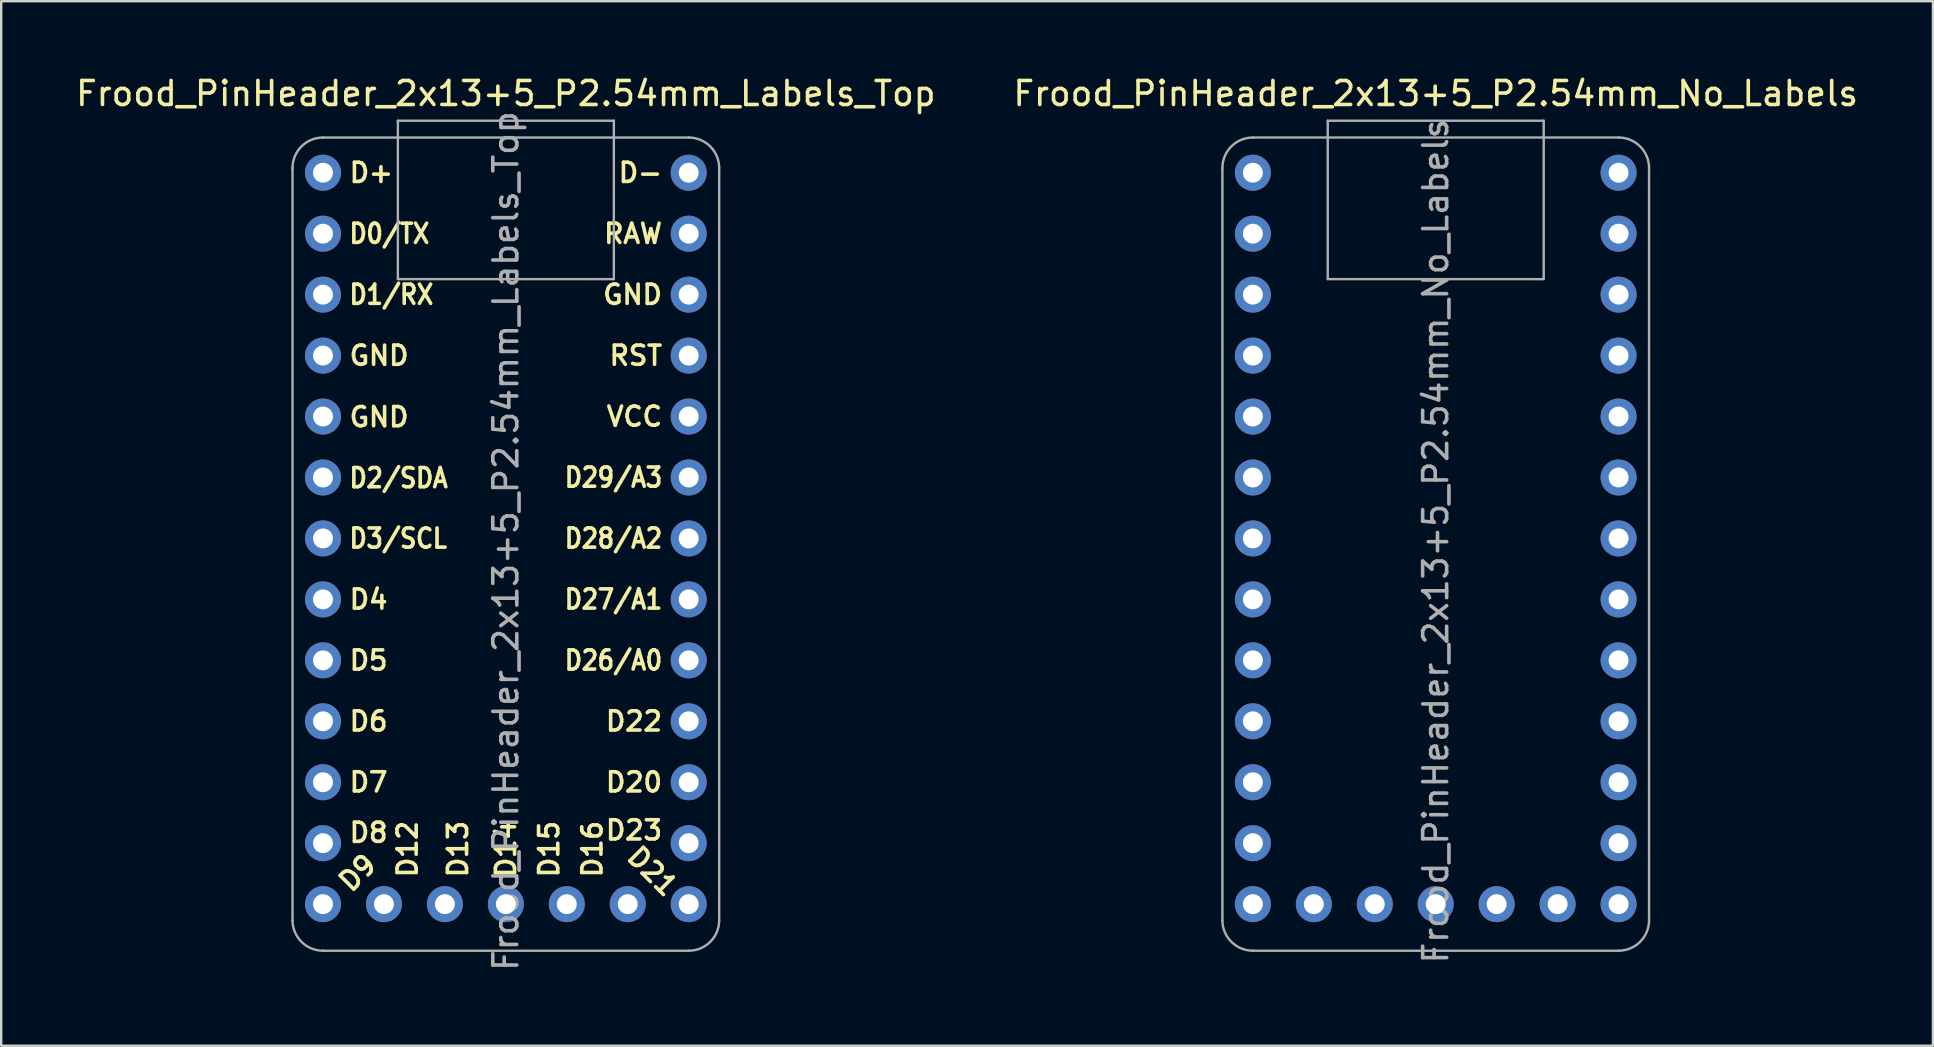
<source format=kicad_pcb>
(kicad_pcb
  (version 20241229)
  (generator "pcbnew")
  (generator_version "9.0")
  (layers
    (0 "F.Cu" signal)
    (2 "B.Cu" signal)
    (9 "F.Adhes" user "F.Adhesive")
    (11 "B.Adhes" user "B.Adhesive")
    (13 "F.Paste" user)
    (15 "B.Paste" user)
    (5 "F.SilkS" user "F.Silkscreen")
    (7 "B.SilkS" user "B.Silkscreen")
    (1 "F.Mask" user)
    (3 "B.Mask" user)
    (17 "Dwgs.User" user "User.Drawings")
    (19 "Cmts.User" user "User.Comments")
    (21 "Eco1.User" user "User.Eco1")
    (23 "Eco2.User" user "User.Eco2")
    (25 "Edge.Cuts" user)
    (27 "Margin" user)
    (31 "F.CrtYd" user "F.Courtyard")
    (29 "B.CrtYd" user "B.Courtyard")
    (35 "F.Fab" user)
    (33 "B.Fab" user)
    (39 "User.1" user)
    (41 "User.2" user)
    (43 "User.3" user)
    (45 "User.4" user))
  (footprint "Frood_PinHeader_2x13+5_P2.54mm_No_Labels"
    (layer "F.Cu")
    (at 56.78 4.148)
    (property "Reference" "Frood_PinHeader_2x13+5_P2.54mm_No_Labels" (at 0 -3.3 0) (layer "F.SilkS") (effects (font (size 1 1) (thickness 0.15))))
    (attr through_hole)
    (fp_line (start -8.89 -0.197) (end -8.89 31.15) (stroke (width 0.1) (type solid)) (layer "F.Fab"))
    (fp_line (start -7.62 -1.468) (end 7.62 -1.468) (stroke (width 0.1) (type solid)) (layer "F.Fab"))
    (fp_line (start -7.62 32.42) (end 7.62 32.42) (stroke (width 0.1) (type solid)) (layer "F.Fab"))
    (fp_line (start -4.5 -2.167) (end -4.5 4.433) (stroke (width 0.1) (type solid)) (layer "F.Fab"))
    (fp_line (start -4.5 4.433) (end 4.5 4.433) (stroke (width 0.1) (type solid)) (layer "F.Fab"))
    (fp_line (start 4.5 -2.167) (end -4.5 -2.167) (stroke (width 0.1) (type solid)) (layer "F.Fab"))
    (fp_line (start 4.5 4.433) (end 4.5 -2.167) (stroke (width 0.1) (type solid)) (layer "F.Fab"))
    (fp_line (start 8.89 31.15) (end 8.89 -0.197) (stroke (width 0.1) (type solid)) (layer "F.Fab"))
    (fp_arc (start -8.89 -0.19725) (mid -8.518056 -1.095452) (end -7.62 -1.46775) (stroke (width 0.1) (type solid)) (layer "F.Fab"))
    (fp_arc (start -7.62 32.42025) (mid -8.518026 32.048276) (end -8.89 31.15025) (stroke (width 0.1) (type solid)) (layer "F.Fab"))
    (fp_arc (start 7.62 -1.46775) (mid 8.518056 -1.095452) (end 8.89 -0.19725) (stroke (width 0.1) (type solid)) (layer "F.Fab"))
    (fp_arc (start 8.89 31.15025) (mid 8.518026 32.048276) (end 7.62 32.42025) (stroke (width 0.1) (type solid)) (layer "F.Fab"))
    (fp_text user "${REFERENCE}" (at 0 15.35 90) (layer "F.Fab") (effects (font (size 1 1) (thickness 0.15))))
    (pad "1" thru_hole oval (at -7.62 0) (size 1.5 1.5) (drill 0.83) (layers "*.Cu" "*.Mask"))
    (pad "2" thru_hole oval (at -7.62 2.54) (size 1.5 1.5) (drill 0.83) (layers "*.Cu" "*.Mask"))
    (pad "3" thru_hole oval (at -7.62 5.08) (size 1.5 1.5) (drill 0.83) (layers "*.Cu" "*.Mask"))
    (pad "4" thru_hole oval (at -7.62 7.62) (size 1.5 1.5) (drill 0.83) (layers "*.Cu" "*.Mask"))
    (pad "5" thru_hole oval (at -7.62 10.16) (size 1.5 1.5) (drill 0.83) (layers "*.Cu" "*.Mask"))
    (pad "6" thru_hole oval (at -7.62 12.7) (size 1.5 1.5) (drill 0.83) (layers "*.Cu" "*.Mask"))
    (pad "7" thru_hole oval (at -7.62 15.24) (size 1.5 1.5) (drill 0.83) (layers "*.Cu" "*.Mask"))
    (pad "8" thru_hole oval (at -7.62 17.78) (size 1.5 1.5) (drill 0.83) (layers "*.Cu" "*.Mask"))
    (pad "9" thru_hole oval (at -7.62 20.32) (size 1.5 1.5) (drill 0.83) (layers "*.Cu" "*.Mask"))
    (pad "10" thru_hole oval (at -7.62 22.86) (size 1.5 1.5) (drill 0.83) (layers "*.Cu" "*.Mask"))
    (pad "11" thru_hole oval (at -7.62 25.4) (size 1.5 1.5) (drill 0.83) (layers "*.Cu" "*.Mask"))
    (pad "12" thru_hole oval (at -7.62 27.94) (size 1.5 1.5) (drill 0.83) (layers "*.Cu" "*.Mask"))
    (pad "13" thru_hole oval (at -7.62 30.48) (size 1.5 1.5) (drill 0.83) (layers "*.Cu" "*.Mask"))
    (pad "14" thru_hole oval (at -5.08 30.48) (size 1.5 1.5) (drill 0.83) (layers "*.Cu" "*.Mask"))
    (pad "15" thru_hole oval (at -2.54 30.48) (size 1.5 1.5) (drill 0.83) (layers "*.Cu" "*.Mask"))
    (pad "16" thru_hole oval (at 0 30.48) (size 1.5 1.5) (drill 0.83) (layers "*.Cu" "*.Mask"))
    (pad "17" thru_hole oval (at 2.54 30.48) (size 1.5 1.5) (drill 0.83) (layers "*.Cu" "*.Mask"))
    (pad "18" thru_hole oval (at 5.08 30.48) (size 1.5 1.5) (drill 0.83) (layers "*.Cu" "*.Mask"))
    (pad "19" thru_hole oval (at 7.62 30.48) (size 1.5 1.5) (drill 0.83) (layers "*.Cu" "*.Mask"))
    (pad "20" thru_hole oval (at 7.62 27.94) (size 1.5 1.5) (drill 0.83) (layers "*.Cu" "*.Mask"))
    (pad "21" thru_hole oval (at 7.62 25.4) (size 1.5 1.5) (drill 0.83) (layers "*.Cu" "*.Mask"))
    (pad "22" thru_hole oval (at 7.62 22.86) (size 1.5 1.5) (drill 0.83) (layers "*.Cu" "*.Mask"))
    (pad "23" thru_hole oval (at 7.62 20.32) (size 1.5 1.5) (drill 0.83) (layers "*.Cu" "*.Mask"))
    (pad "24" thru_hole oval (at 7.62 17.78) (size 1.5 1.5) (drill 0.83) (layers "*.Cu" "*.Mask"))
    (pad "25" thru_hole oval (at 7.62 15.24) (size 1.5 1.5) (drill 0.83) (layers "*.Cu" "*.Mask"))
    (pad "26" thru_hole oval (at 7.62 12.7) (size 1.5 1.5) (drill 0.83) (layers "*.Cu" "*.Mask"))
    (pad "27" thru_hole oval (at 7.62 10.16) (size 1.5 1.5) (drill 0.83) (layers "*.Cu" "*.Mask"))
    (pad "28" thru_hole oval (at 7.62 7.62) (size 1.5 1.5) (drill 0.83) (layers "*.Cu" "*.Mask"))
    (pad "29" thru_hole oval (at 7.62 5.08) (size 1.5 1.5) (drill 0.83) (layers "*.Cu" "*.Mask"))
    (pad "30" thru_hole oval (at 7.62 2.54) (size 1.5 1.5) (drill 0.83) (layers "*.Cu" "*.Mask"))
    (pad "31" thru_hole oval (at 7.62 0) (size 1.5 1.5) (drill 0.83) (layers "*.Cu" "*.Mask")))
  (footprint "Frood_PinHeader_2x13+5_P2.54mm_Labels_Top"
    (layer "F.Cu")
    (at 18.03 4.148)
    (property "Reference" "Frood_PinHeader_2x13+5_P2.54mm_Labels_Top" (at 0 -3.3 0) (layer "F.SilkS") (effects (font (size 1 1) (thickness 0.15))))
    (attr through_hole)
    (fp_line (start -8.89 -0.197) (end -8.89 31.151) (stroke (width 0.1) (type solid)) (layer "F.Fab"))
    (fp_line (start -7.62 -1.467) (end 7.62 -1.467) (stroke (width 0.1) (type solid)) (layer "F.Fab"))
    (fp_line (start -7.62 32.421) (end 7.62 32.421) (stroke (width 0.1) (type solid)) (layer "F.Fab"))
    (fp_line (start -4.5 -2.167) (end -4.5 4.433) (stroke (width 0.1) (type solid)) (layer "F.Fab"))
    (fp_line (start -4.5 4.433) (end 4.5 4.433) (stroke (width 0.1) (type solid)) (layer "F.Fab"))
    (fp_line (start 4.5 -2.167) (end -4.5 -2.167) (stroke (width 0.1) (type solid)) (layer "F.Fab"))
    (fp_line (start 4.5 4.433) (end 4.5 -2.167) (stroke (width 0.1) (type solid)) (layer "F.Fab"))
    (fp_line (start 8.89 31.151) (end 8.89 -0.197) (stroke (width 0.1) (type solid)) (layer "F.Fab"))
    (fp_arc (start -8.89 -0.1965) (mid -8.518056 -1.094702) (end -7.62 -1.467) (stroke (width 0.1) (type solid)) (layer "F.Fab"))
    (fp_arc (start -7.62 32.421) (mid -8.518026 32.049026) (end -8.89 31.151) (stroke (width 0.1) (type solid)) (layer "F.Fab"))
    (fp_arc (start 7.62 -1.467) (mid 8.518056 -1.094702) (end 8.89 -0.1965) (stroke (width 0.1) (type solid)) (layer "F.Fab"))
    (fp_arc (start 8.89 31.151) (mid 8.518026 32.049026) (end 7.62 32.421) (stroke (width 0.1) (type solid)) (layer "F.Fab"))
    (fp_text user "D1/RX" (at -6.6 5.08 0) (layer "F.SilkS") (effects (font (size 0.8 0.7) (thickness 0.15)) (justify left)))
    (fp_text user "D12" (at -4.1 29.45 90) (layer "F.SilkS") (effects (font (size 0.8 0.8) (thickness 0.15)) (justify left)))
    (fp_text user "D-" (at 6.6 0 0) (layer "F.SilkS") (effects (font (size 0.8 0.8) (thickness 0.15)) (justify right)))
    (fp_text user "D8" (at -6.6 27.5 0) (layer "F.SilkS") (effects (font (size 0.8 0.8) (thickness 0.15)) (justify left)))
    (fp_text user "D20" (at 6.6 25.4 0) (layer "F.SilkS") (effects (font (size 0.8 0.8) (thickness 0.15)) (justify right)))
    (fp_text user "D3/SCL" (at -6.6 15.24 0) (layer "F.SilkS") (effects (font (size 0.8 0.7) (thickness 0.15)) (justify left)))
    (fp_text user "D28/A2" (at 6.6 15.24 0) (layer "F.SilkS") (effects (font (size 0.8 0.7) (thickness 0.15)) (justify right)))
    (fp_text user "D13" (at -2 29.45 90) (layer "F.SilkS") (effects (font (size 0.8 0.8) (thickness 0.15)) (justify left)))
    (fp_text user "RST" (at 6.6 7.62 0) (layer "F.SilkS") (effects (font (size 0.8 0.8) (thickness 0.15)) (justify right)))
    (fp_text user "GND" (at -6.6 10.18 0) (layer "F.SilkS") (effects (font (size 0.8 0.8) (thickness 0.15)) (justify left)))
    (fp_text user "D7" (at -6.6 25.4 0) (layer "F.SilkS") (effects (font (size 0.8 0.8) (thickness 0.15)) (justify left)))
    (fp_text user "D26/A0" (at 6.6 20.32 0) (layer "F.SilkS") (effects (font (size 0.8 0.7) (thickness 0.15)) (justify right)))
    (fp_text user "D9" (at -6.8 29.8 45) (layer "F.SilkS") (effects (font (size 0.8 0.8) (thickness 0.15)) (justify left)))
    (fp_text user "D23" (at 6.6 27.4 0) (layer "F.SilkS") (effects (font (size 0.8 0.8) (thickness 0.15)) (justify right)))
    (fp_text user "D16" (at 3.6 29.45 90) (layer "F.SilkS") (effects (font (size 0.8 0.8) (thickness 0.15)) (justify left)))
    (fp_text user "GND" (at 6.6 5.08 0) (layer "F.SilkS") (effects (font (size 0.8 0.8) (thickness 0.15)) (justify right)))
    (fp_text user "D2/SDA" (at -6.6 12.723 0) (layer "F.SilkS") (effects (font (size 0.8 0.7) (thickness 0.15)) (justify left)))
    (fp_text user "VCC" (at 6.6 10.16 0) (layer "F.SilkS") (effects (font (size 0.8 0.8) (thickness 0.15)) (justify right)))
    (fp_text user "D14" (at 0 29.45 90) (layer "F.SilkS") (effects (font (size 0.8 0.8) (thickness 0.15)) (justify left)))
    (fp_text user "D29/A3" (at 6.6 12.7 0) (layer "F.SilkS") (effects (font (size 0.8 0.7) (thickness 0.15)) (justify right)))
    (fp_text user "D0/TX" (at -6.6 2.54 0) (layer "F.SilkS") (effects (font (size 0.8 0.7) (thickness 0.15)) (justify left)))
    (fp_text user "D21" (at 7 30 315) (unlocked yes) (layer "F.SilkS") (effects (font (size 0.8 0.8) (thickness 0.15)) (justify right)))
    (fp_text user "D+" (at -6.6 0 0) (layer "F.SilkS") (effects (font (size 0.8 0.8) (thickness 0.15)) (justify left)))
    (fp_text user "D15" (at 1.8 29.45 90) (layer "F.SilkS") (effects (font (size 0.8 0.8) (thickness 0.15)) (justify left)))
    (fp_text user "D22" (at 6.6 22.86 0) (layer "F.SilkS") (effects (font (size 0.8 0.8) (thickness 0.15)) (justify right)))
    (fp_text user "D4" (at -6.6 17.78 0) (layer "F.SilkS") (effects (font (size 0.8 0.8) (thickness 0.15)) (justify left)))
    (fp_text user "D6" (at -6.6 22.86 0) (layer "F.SilkS") (effects (font (size 0.8 0.8) (thickness 0.15)) (justify left)))
    (fp_text user "D27/A1" (at 6.6 17.78 0) (layer "F.SilkS") (effects (font (size 0.8 0.7) (thickness 0.15)) (justify right)))
    (fp_text user "RAW" (at 6.6 2.54 0) (layer "F.SilkS") (effects (font (size 0.8 0.8) (thickness 0.15)) (justify right)))
    (fp_text user "D5" (at -6.6 20.32 0) (layer "F.SilkS") (effects (font (size 0.8 0.8) (thickness 0.15)) (justify left)))
    (fp_text user "GND" (at -6.6 7.62 0) (layer "F.SilkS") (effects (font (size 0.8 0.8) (thickness 0.15)) (justify left)))
    (fp_text user "${REFERENCE}" (at 0 15.35 90) (layer "F.Fab") (effects (font (size 1 1) (thickness 0.15))))
    (pad "1" thru_hole oval (at -7.62 0) (size 1.5 1.5) (drill 0.83) (layers "*.Cu" "*.Mask"))
    (pad "2" thru_hole oval (at -7.62 2.54) (size 1.5 1.5) (drill 0.83) (layers "*.Cu" "*.Mask"))
    (pad "3" thru_hole oval (at -7.62 5.08) (size 1.5 1.5) (drill 0.83) (layers "*.Cu" "*.Mask"))
    (pad "4" thru_hole oval (at -7.62 7.62 45) (size 1.5 1.5) (drill 0.83) (layers "*.Cu" "*.Mask"))
    (pad "5" thru_hole oval (at -7.62 10.16 45) (size 1.5 1.5) (drill 0.83) (layers "*.Cu" "*.Mask"))
    (pad "6" thru_hole oval (at -7.62 12.7) (size 1.5 1.5) (drill 0.83) (layers "*.Cu" "*.Mask"))
    (pad "7" thru_hole oval (at -7.62 15.24) (size 1.5 1.5) (drill 0.83) (layers "*.Cu" "*.Mask"))
    (pad "8" thru_hole oval (at -7.62 17.78) (size 1.5 1.5) (drill 0.83) (layers "*.Cu" "*.Mask"))
    (pad "9" thru_hole oval (at -7.62 20.32) (size 1.5 1.5) (drill 0.83) (layers "*.Cu" "*.Mask"))
    (pad "10" thru_hole oval (at -7.62 22.86) (size 1.5 1.5) (drill 0.83) (layers "*.Cu" "*.Mask"))
    (pad "11" thru_hole oval (at -7.62 25.4) (size 1.5 1.5) (drill 0.83) (layers "*.Cu" "*.Mask"))
    (pad "12" thru_hole oval (at -7.62 27.94) (size 1.5 1.5) (drill 0.83) (layers "*.Cu" "*.Mask"))
    (pad "13" thru_hole oval (at -7.62 30.48) (size 1.5 1.5) (drill 0.83) (layers "*.Cu" "*.Mask"))
    (pad "14" thru_hole oval (at -5.08 30.48) (size 1.5 1.5) (drill 0.83) (layers "*.Cu" "*.Mask"))
    (pad "15" thru_hole oval (at -2.54 30.48) (size 1.5 1.5) (drill 0.83) (layers "*.Cu" "*.Mask"))
    (pad "16" thru_hole oval (at 0 30.48) (size 1.5 1.5) (drill 0.83) (layers "*.Cu" "*.Mask"))
    (pad "17" thru_hole oval (at 2.54 30.48) (size 1.5 1.5) (drill 0.83) (layers "*.Cu" "*.Mask"))
    (pad "18" thru_hole oval (at 5.08 30.48) (size 1.5 1.5) (drill 0.83) (layers "*.Cu" "*.Mask"))
    (pad "19" thru_hole oval (at 7.62 30.48) (size 1.5 1.5) (drill 0.83) (layers "*.Cu" "*.Mask"))
    (pad "20" thru_hole oval (at 7.62 27.94) (size 1.5 1.5) (drill 0.83) (layers "*.Cu" "*.Mask"))
    (pad "21" thru_hole oval (at 7.62 25.4) (size 1.5 1.5) (drill 0.83) (layers "*.Cu" "*.Mask"))
    (pad "22" thru_hole oval (at 7.62 22.86) (size 1.5 1.5) (drill 0.83) (layers "*.Cu" "*.Mask"))
    (pad "23" thru_hole oval (at 7.62 20.32) (size 1.5 1.5) (drill 0.83) (layers "*.Cu" "*.Mask"))
    (pad "24" thru_hole oval (at 7.62 17.78) (size 1.5 1.5) (drill 0.83) (layers "*.Cu" "*.Mask"))
    (pad "25" thru_hole oval (at 7.62 15.24) (size 1.5 1.5) (drill 0.83) (layers "*.Cu" "*.Mask"))
    (pad "26" thru_hole oval (at 7.62 12.7) (size 1.5 1.5) (drill 0.83) (layers "*.Cu" "*.Mask"))
    (pad "27" thru_hole oval (at 7.62 10.16) (size 1.5 1.5) (drill 0.83) (layers "*.Cu" "*.Mask"))
    (pad "28" thru_hole oval (at 7.62 7.62) (size 1.5 1.5) (drill 0.83) (layers "*.Cu" "*.Mask"))
    (pad "29" thru_hole oval (at 7.62 5.08 45) (size 1.5 1.5) (drill 0.83) (layers "*.Cu" "*.Mask"))
    (pad "30" thru_hole oval (at 7.62 2.54) (size 1.5 1.5) (drill 0.83) (layers "*.Cu" "*.Mask"))
    (pad "31" thru_hole oval (at 7.62 0) (size 1.5 1.5) (drill 0.83) (layers "*.Cu" "*.Mask")))
  (gr_rect
    (start -3 -3)
    (end 77.5 40.528)
    (stroke (width 0.1) (type default))
    (fill no)
    (layer "Edge.Cuts")))
</source>
